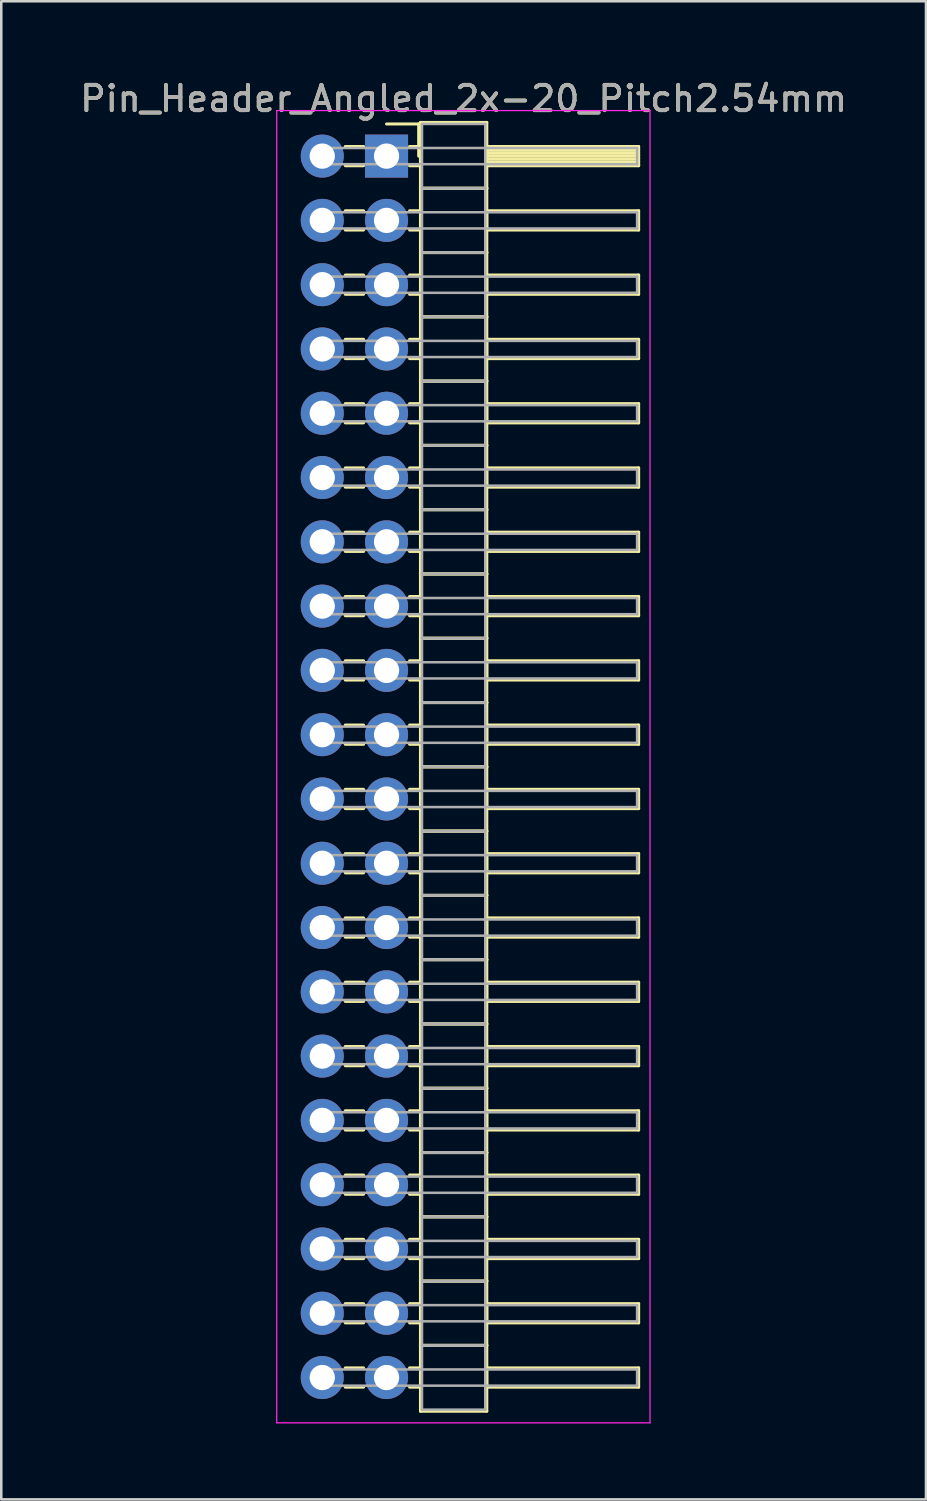
<source format=kicad_pcb>
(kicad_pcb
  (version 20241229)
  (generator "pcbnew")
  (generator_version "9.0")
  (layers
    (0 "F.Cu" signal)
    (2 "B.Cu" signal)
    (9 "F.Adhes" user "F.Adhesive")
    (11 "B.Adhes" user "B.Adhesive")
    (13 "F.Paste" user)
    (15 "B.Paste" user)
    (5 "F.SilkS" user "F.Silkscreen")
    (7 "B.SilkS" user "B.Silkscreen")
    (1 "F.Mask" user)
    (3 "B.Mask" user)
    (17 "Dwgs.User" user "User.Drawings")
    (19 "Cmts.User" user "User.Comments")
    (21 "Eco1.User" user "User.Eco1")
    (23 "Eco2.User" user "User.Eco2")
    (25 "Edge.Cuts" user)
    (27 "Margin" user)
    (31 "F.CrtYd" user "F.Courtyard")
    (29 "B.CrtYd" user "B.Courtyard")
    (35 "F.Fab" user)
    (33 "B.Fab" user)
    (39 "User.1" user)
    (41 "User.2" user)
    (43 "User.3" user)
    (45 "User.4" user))
  (footprint "Pin_Header_Angled_2x-20_Pitch2.54mm"
    (layer "F.Cu")
    (at 9.683 3.118)
    (property "Reference" "Pin_Header_Angled_2x-20_Pitch2.54mm" (at 5.585 -2.27 0) (layer "F.SilkS") (effects (font (size 1 1) (thickness 0.15))))
    (attr through_hole)
    (fp_line (start 1.63 -0.38) (end 0.91 -0.38) (stroke (width 0.12) (type solid)) (layer "F.SilkS"))
    (fp_line (start 1.63 0.38) (end 0.91 0.38) (stroke (width 0.12) (type solid)) (layer "F.SilkS"))
    (fp_line (start 1.63 2.16) (end 0.91 2.16) (stroke (width 0.12) (type solid)) (layer "F.SilkS"))
    (fp_line (start 1.63 2.92) (end 0.91 2.92) (stroke (width 0.12) (type solid)) (layer "F.SilkS"))
    (fp_line (start 1.63 4.7) (end 0.91 4.7) (stroke (width 0.12) (type solid)) (layer "F.SilkS"))
    (fp_line (start 1.63 5.46) (end 0.91 5.46) (stroke (width 0.12) (type solid)) (layer "F.SilkS"))
    (fp_line (start 1.63 7.24) (end 0.91 7.24) (stroke (width 0.12) (type solid)) (layer "F.SilkS"))
    (fp_line (start 1.63 8) (end 0.91 8) (stroke (width 0.12) (type solid)) (layer "F.SilkS"))
    (fp_line (start 1.63 9.78) (end 0.91 9.78) (stroke (width 0.12) (type solid)) (layer "F.SilkS"))
    (fp_line (start 1.63 10.54) (end 0.91 10.54) (stroke (width 0.12) (type solid)) (layer "F.SilkS"))
    (fp_line (start 1.63 12.32) (end 0.91 12.32) (stroke (width 0.12) (type solid)) (layer "F.SilkS"))
    (fp_line (start 1.63 13.08) (end 0.91 13.08) (stroke (width 0.12) (type solid)) (layer "F.SilkS"))
    (fp_line (start 1.63 14.86) (end 0.91 14.86) (stroke (width 0.12) (type solid)) (layer "F.SilkS"))
    (fp_line (start 1.63 15.62) (end 0.91 15.62) (stroke (width 0.12) (type solid)) (layer "F.SilkS"))
    (fp_line (start 1.63 17.4) (end 0.91 17.4) (stroke (width 0.12) (type solid)) (layer "F.SilkS"))
    (fp_line (start 1.63 18.16) (end 0.91 18.16) (stroke (width 0.12) (type solid)) (layer "F.SilkS"))
    (fp_line (start 1.63 19.94) (end 0.91 19.94) (stroke (width 0.12) (type solid)) (layer "F.SilkS"))
    (fp_line (start 1.63 20.7) (end 0.91 20.7) (stroke (width 0.12) (type solid)) (layer "F.SilkS"))
    (fp_line (start 1.63 22.48) (end 0.91 22.48) (stroke (width 0.12) (type solid)) (layer "F.SilkS"))
    (fp_line (start 1.63 23.24) (end 0.91 23.24) (stroke (width 0.12) (type solid)) (layer "F.SilkS"))
    (fp_line (start 1.63 25.02) (end 0.91 25.02) (stroke (width 0.12) (type solid)) (layer "F.SilkS"))
    (fp_line (start 1.63 25.78) (end 0.91 25.78) (stroke (width 0.12) (type solid)) (layer "F.SilkS"))
    (fp_line (start 1.63 27.56) (end 0.91 27.56) (stroke (width 0.12) (type solid)) (layer "F.SilkS"))
    (fp_line (start 1.63 28.32) (end 0.91 28.32) (stroke (width 0.12) (type solid)) (layer "F.SilkS"))
    (fp_line (start 1.63 30.1) (end 0.91 30.1) (stroke (width 0.12) (type solid)) (layer "F.SilkS"))
    (fp_line (start 1.63 30.86) (end 0.91 30.86) (stroke (width 0.12) (type solid)) (layer "F.SilkS"))
    (fp_line (start 1.63 32.64) (end 0.91 32.64) (stroke (width 0.12) (type solid)) (layer "F.SilkS"))
    (fp_line (start 1.63 33.4) (end 0.91 33.4) (stroke (width 0.12) (type solid)) (layer "F.SilkS"))
    (fp_line (start 1.63 35.18) (end 0.91 35.18) (stroke (width 0.12) (type solid)) (layer "F.SilkS"))
    (fp_line (start 1.63 35.94) (end 0.91 35.94) (stroke (width 0.12) (type solid)) (layer "F.SilkS"))
    (fp_line (start 1.63 37.72) (end 0.91 37.72) (stroke (width 0.12) (type solid)) (layer "F.SilkS"))
    (fp_line (start 1.63 38.48) (end 0.91 38.48) (stroke (width 0.12) (type solid)) (layer "F.SilkS"))
    (fp_line (start 1.63 40.26) (end 0.91 40.26) (stroke (width 0.12) (type solid)) (layer "F.SilkS"))
    (fp_line (start 1.63 41.02) (end 0.91 41.02) (stroke (width 0.12) (type solid)) (layer "F.SilkS"))
    (fp_line (start 1.63 42.8) (end 0.91 42.8) (stroke (width 0.12) (type solid)) (layer "F.SilkS"))
    (fp_line (start 1.63 43.56) (end 0.91 43.56) (stroke (width 0.12) (type solid)) (layer "F.SilkS"))
    (fp_line (start 1.63 45.34) (end 0.91 45.34) (stroke (width 0.12) (type solid)) (layer "F.SilkS"))
    (fp_line (start 1.63 46.1) (end 0.91 46.1) (stroke (width 0.12) (type solid)) (layer "F.SilkS"))
    (fp_line (start 1.63 47.88) (end 0.91 47.88) (stroke (width 0.12) (type solid)) (layer "F.SilkS"))
    (fp_line (start 1.63 48.64) (end 0.91 48.64) (stroke (width 0.12) (type solid)) (layer "F.SilkS"))
    (fp_line (start 3.45 -0.38) (end 3.88 -0.38) (stroke (width 0.12) (type solid)) (layer "F.SilkS"))
    (fp_line (start 3.45 0.38) (end 3.88 0.38) (stroke (width 0.12) (type solid)) (layer "F.SilkS"))
    (fp_line (start 3.45 2.16) (end 3.88 2.16) (stroke (width 0.12) (type solid)) (layer "F.SilkS"))
    (fp_line (start 3.45 2.92) (end 3.88 2.92) (stroke (width 0.12) (type solid)) (layer "F.SilkS"))
    (fp_line (start 3.45 4.7) (end 3.88 4.7) (stroke (width 0.12) (type solid)) (layer "F.SilkS"))
    (fp_line (start 3.45 5.46) (end 3.88 5.46) (stroke (width 0.12) (type solid)) (layer "F.SilkS"))
    (fp_line (start 3.45 7.24) (end 3.88 7.24) (stroke (width 0.12) (type solid)) (layer "F.SilkS"))
    (fp_line (start 3.45 8) (end 3.88 8) (stroke (width 0.12) (type solid)) (layer "F.SilkS"))
    (fp_line (start 3.45 9.78) (end 3.88 9.78) (stroke (width 0.12) (type solid)) (layer "F.SilkS"))
    (fp_line (start 3.45 10.54) (end 3.88 10.54) (stroke (width 0.12) (type solid)) (layer "F.SilkS"))
    (fp_line (start 3.45 12.32) (end 3.88 12.32) (stroke (width 0.12) (type solid)) (layer "F.SilkS"))
    (fp_line (start 3.45 13.08) (end 3.88 13.08) (stroke (width 0.12) (type solid)) (layer "F.SilkS"))
    (fp_line (start 3.45 14.86) (end 3.88 14.86) (stroke (width 0.12) (type solid)) (layer "F.SilkS"))
    (fp_line (start 3.45 15.62) (end 3.88 15.62) (stroke (width 0.12) (type solid)) (layer "F.SilkS"))
    (fp_line (start 3.45 17.4) (end 3.88 17.4) (stroke (width 0.12) (type solid)) (layer "F.SilkS"))
    (fp_line (start 3.45 18.16) (end 3.88 18.16) (stroke (width 0.12) (type solid)) (layer "F.SilkS"))
    (fp_line (start 3.45 19.94) (end 3.88 19.94) (stroke (width 0.12) (type solid)) (layer "F.SilkS"))
    (fp_line (start 3.45 20.7) (end 3.88 20.7) (stroke (width 0.12) (type solid)) (layer "F.SilkS"))
    (fp_line (start 3.45 22.48) (end 3.88 22.48) (stroke (width 0.12) (type solid)) (layer "F.SilkS"))
    (fp_line (start 3.45 23.24) (end 3.88 23.24) (stroke (width 0.12) (type solid)) (layer "F.SilkS"))
    (fp_line (start 3.45 25.02) (end 3.88 25.02) (stroke (width 0.12) (type solid)) (layer "F.SilkS"))
    (fp_line (start 3.45 25.78) (end 3.88 25.78) (stroke (width 0.12) (type solid)) (layer "F.SilkS"))
    (fp_line (start 3.45 27.56) (end 3.88 27.56) (stroke (width 0.12) (type solid)) (layer "F.SilkS"))
    (fp_line (start 3.45 28.32) (end 3.88 28.32) (stroke (width 0.12) (type solid)) (layer "F.SilkS"))
    (fp_line (start 3.45 30.1) (end 3.88 30.1) (stroke (width 0.12) (type solid)) (layer "F.SilkS"))
    (fp_line (start 3.45 30.86) (end 3.88 30.86) (stroke (width 0.12) (type solid)) (layer "F.SilkS"))
    (fp_line (start 3.45 32.64) (end 3.88 32.64) (stroke (width 0.12) (type solid)) (layer "F.SilkS"))
    (fp_line (start 3.45 33.4) (end 3.88 33.4) (stroke (width 0.12) (type solid)) (layer "F.SilkS"))
    (fp_line (start 3.45 35.18) (end 3.88 35.18) (stroke (width 0.12) (type solid)) (layer "F.SilkS"))
    (fp_line (start 3.45 35.94) (end 3.88 35.94) (stroke (width 0.12) (type solid)) (layer "F.SilkS"))
    (fp_line (start 3.45 37.72) (end 3.88 37.72) (stroke (width 0.12) (type solid)) (layer "F.SilkS"))
    (fp_line (start 3.45 38.48) (end 3.88 38.48) (stroke (width 0.12) (type solid)) (layer "F.SilkS"))
    (fp_line (start 3.45 40.26) (end 3.88 40.26) (stroke (width 0.12) (type solid)) (layer "F.SilkS"))
    (fp_line (start 3.45 41.02) (end 3.88 41.02) (stroke (width 0.12) (type solid)) (layer "F.SilkS"))
    (fp_line (start 3.45 42.8) (end 3.88 42.8) (stroke (width 0.12) (type solid)) (layer "F.SilkS"))
    (fp_line (start 3.45 43.56) (end 3.88 43.56) (stroke (width 0.12) (type solid)) (layer "F.SilkS"))
    (fp_line (start 3.45 45.34) (end 3.88 45.34) (stroke (width 0.12) (type solid)) (layer "F.SilkS"))
    (fp_line (start 3.45 46.1) (end 3.88 46.1) (stroke (width 0.12) (type solid)) (layer "F.SilkS"))
    (fp_line (start 3.45 47.88) (end 3.88 47.88) (stroke (width 0.12) (type solid)) (layer "F.SilkS"))
    (fp_line (start 3.45 48.64) (end 3.88 48.64) (stroke (width 0.12) (type solid)) (layer "F.SilkS"))
    (fp_line (start 3.81 -1.27) (end 2.54 -1.27) (stroke (width 0.12) (type solid)) (layer "F.SilkS"))
    (fp_line (start 3.81 0) (end 3.81 -1.27) (stroke (width 0.12) (type solid)) (layer "F.SilkS"))
    (fp_line (start 3.88 -1.33) (end 3.88 1.27) (stroke (width 0.12) (type solid)) (layer "F.SilkS"))
    (fp_line (start 3.88 1.27) (end 3.88 3.81) (stroke (width 0.12) (type solid)) (layer "F.SilkS"))
    (fp_line (start 3.88 1.27) (end 6.5 1.27) (stroke (width 0.12) (type solid)) (layer "F.SilkS"))
    (fp_line (start 3.88 3.81) (end 3.88 6.35) (stroke (width 0.12) (type solid)) (layer "F.SilkS"))
    (fp_line (start 3.88 3.81) (end 6.5 3.81) (stroke (width 0.12) (type solid)) (layer "F.SilkS"))
    (fp_line (start 3.88 6.35) (end 3.88 8.89) (stroke (width 0.12) (type solid)) (layer "F.SilkS"))
    (fp_line (start 3.88 6.35) (end 6.5 6.35) (stroke (width 0.12) (type solid)) (layer "F.SilkS"))
    (fp_line (start 3.88 8.89) (end 3.88 11.43) (stroke (width 0.12) (type solid)) (layer "F.SilkS"))
    (fp_line (start 3.88 8.89) (end 6.5 8.89) (stroke (width 0.12) (type solid)) (layer "F.SilkS"))
    (fp_line (start 3.88 11.43) (end 3.88 13.97) (stroke (width 0.12) (type solid)) (layer "F.SilkS"))
    (fp_line (start 3.88 11.43) (end 6.5 11.43) (stroke (width 0.12) (type solid)) (layer "F.SilkS"))
    (fp_line (start 3.88 13.97) (end 3.88 16.51) (stroke (width 0.12) (type solid)) (layer "F.SilkS"))
    (fp_line (start 3.88 13.97) (end 6.5 13.97) (stroke (width 0.12) (type solid)) (layer "F.SilkS"))
    (fp_line (start 3.88 16.51) (end 3.88 19.05) (stroke (width 0.12) (type solid)) (layer "F.SilkS"))
    (fp_line (start 3.88 16.51) (end 6.5 16.51) (stroke (width 0.12) (type solid)) (layer "F.SilkS"))
    (fp_line (start 3.88 19.05) (end 3.88 21.59) (stroke (width 0.12) (type solid)) (layer "F.SilkS"))
    (fp_line (start 3.88 19.05) (end 6.5 19.05) (stroke (width 0.12) (type solid)) (layer "F.SilkS"))
    (fp_line (start 3.88 21.59) (end 3.88 24.13) (stroke (width 0.12) (type solid)) (layer "F.SilkS"))
    (fp_line (start 3.88 21.59) (end 6.5 21.59) (stroke (width 0.12) (type solid)) (layer "F.SilkS"))
    (fp_line (start 3.88 24.13) (end 3.88 26.67) (stroke (width 0.12) (type solid)) (layer "F.SilkS"))
    (fp_line (start 3.88 24.13) (end 6.5 24.13) (stroke (width 0.12) (type solid)) (layer "F.SilkS"))
    (fp_line (start 3.88 26.67) (end 3.88 29.21) (stroke (width 0.12) (type solid)) (layer "F.SilkS"))
    (fp_line (start 3.88 26.67) (end 6.5 26.67) (stroke (width 0.12) (type solid)) (layer "F.SilkS"))
    (fp_line (start 3.88 29.21) (end 3.88 31.75) (stroke (width 0.12) (type solid)) (layer "F.SilkS"))
    (fp_line (start 3.88 29.21) (end 6.5 29.21) (stroke (width 0.12) (type solid)) (layer "F.SilkS"))
    (fp_line (start 3.88 31.75) (end 3.88 34.29) (stroke (width 0.12) (type solid)) (layer "F.SilkS"))
    (fp_line (start 3.88 31.75) (end 6.5 31.75) (stroke (width 0.12) (type solid)) (layer "F.SilkS"))
    (fp_line (start 3.88 34.29) (end 3.88 36.83) (stroke (width 0.12) (type solid)) (layer "F.SilkS"))
    (fp_line (start 3.88 34.29) (end 6.5 34.29) (stroke (width 0.12) (type solid)) (layer "F.SilkS"))
    (fp_line (start 3.88 36.83) (end 3.88 39.37) (stroke (width 0.12) (type solid)) (layer "F.SilkS"))
    (fp_line (start 3.88 36.83) (end 6.5 36.83) (stroke (width 0.12) (type solid)) (layer "F.SilkS"))
    (fp_line (start 3.88 39.37) (end 3.88 41.91) (stroke (width 0.12) (type solid)) (layer "F.SilkS"))
    (fp_line (start 3.88 39.37) (end 6.5 39.37) (stroke (width 0.12) (type solid)) (layer "F.SilkS"))
    (fp_line (start 3.88 41.91) (end 3.88 44.45) (stroke (width 0.12) (type solid)) (layer "F.SilkS"))
    (fp_line (start 3.88 41.91) (end 6.5 41.91) (stroke (width 0.12) (type solid)) (layer "F.SilkS"))
    (fp_line (start 3.88 44.45) (end 3.88 46.99) (stroke (width 0.12) (type solid)) (layer "F.SilkS"))
    (fp_line (start 3.88 44.45) (end 6.5 44.45) (stroke (width 0.12) (type solid)) (layer "F.SilkS"))
    (fp_line (start 3.88 46.99) (end 3.88 49.59) (stroke (width 0.12) (type solid)) (layer "F.SilkS"))
    (fp_line (start 3.88 46.99) (end 6.5 46.99) (stroke (width 0.12) (type solid)) (layer "F.SilkS"))
    (fp_line (start 3.88 49.59) (end 6.5 49.59) (stroke (width 0.12) (type solid)) (layer "F.SilkS"))
    (fp_line (start 6.5 -1.33) (end 3.88 -1.33) (stroke (width 0.12) (type solid)) (layer "F.SilkS"))
    (fp_line (start 6.5 -0.38) (end 6.5 0.38) (stroke (width 0.12) (type solid)) (layer "F.SilkS"))
    (fp_line (start 6.5 -0.26) (end 12.5 -0.26) (stroke (width 0.12) (type solid)) (layer "F.SilkS"))
    (fp_line (start 6.5 -0.14) (end 12.5 -0.14) (stroke (width 0.12) (type solid)) (layer "F.SilkS"))
    (fp_line (start 6.5 -0.02) (end 12.5 -0.02) (stroke (width 0.12) (type solid)) (layer "F.SilkS"))
    (fp_line (start 6.5 0.1) (end 12.5 0.1) (stroke (width 0.12) (type solid)) (layer "F.SilkS"))
    (fp_line (start 6.5 0.22) (end 12.5 0.22) (stroke (width 0.12) (type solid)) (layer "F.SilkS"))
    (fp_line (start 6.5 0.34) (end 12.5 0.34) (stroke (width 0.12) (type solid)) (layer "F.SilkS"))
    (fp_line (start 6.5 0.38) (end 12.5 0.38) (stroke (width 0.12) (type solid)) (layer "F.SilkS"))
    (fp_line (start 6.5 1.27) (end 3.88 1.27) (stroke (width 0.12) (type solid)) (layer "F.SilkS"))
    (fp_line (start 6.5 1.27) (end 6.5 -1.33) (stroke (width 0.12) (type solid)) (layer "F.SilkS"))
    (fp_line (start 6.5 2.16) (end 6.5 2.92) (stroke (width 0.12) (type solid)) (layer "F.SilkS"))
    (fp_line (start 6.5 2.92) (end 12.5 2.92) (stroke (width 0.12) (type solid)) (layer "F.SilkS"))
    (fp_line (start 6.5 3.81) (end 3.88 3.81) (stroke (width 0.12) (type solid)) (layer "F.SilkS"))
    (fp_line (start 6.5 3.81) (end 6.5 1.27) (stroke (width 0.12) (type solid)) (layer "F.SilkS"))
    (fp_line (start 6.5 4.7) (end 6.5 5.46) (stroke (width 0.12) (type solid)) (layer "F.SilkS"))
    (fp_line (start 6.5 5.46) (end 12.5 5.46) (stroke (width 0.12) (type solid)) (layer "F.SilkS"))
    (fp_line (start 6.5 6.35) (end 3.88 6.35) (stroke (width 0.12) (type solid)) (layer "F.SilkS"))
    (fp_line (start 6.5 6.35) (end 6.5 3.81) (stroke (width 0.12) (type solid)) (layer "F.SilkS"))
    (fp_line (start 6.5 7.24) (end 6.5 8) (stroke (width 0.12) (type solid)) (layer "F.SilkS"))
    (fp_line (start 6.5 8) (end 12.5 8) (stroke (width 0.12) (type solid)) (layer "F.SilkS"))
    (fp_line (start 6.5 8.89) (end 3.88 8.89) (stroke (width 0.12) (type solid)) (layer "F.SilkS"))
    (fp_line (start 6.5 8.89) (end 6.5 6.35) (stroke (width 0.12) (type solid)) (layer "F.SilkS"))
    (fp_line (start 6.5 9.78) (end 6.5 10.54) (stroke (width 0.12) (type solid)) (layer "F.SilkS"))
    (fp_line (start 6.5 10.54) (end 12.5 10.54) (stroke (width 0.12) (type solid)) (layer "F.SilkS"))
    (fp_line (start 6.5 11.43) (end 3.88 11.43) (stroke (width 0.12) (type solid)) (layer "F.SilkS"))
    (fp_line (start 6.5 11.43) (end 6.5 8.89) (stroke (width 0.12) (type solid)) (layer "F.SilkS"))
    (fp_line (start 6.5 12.32) (end 6.5 13.08) (stroke (width 0.12) (type solid)) (layer "F.SilkS"))
    (fp_line (start 6.5 13.08) (end 12.5 13.08) (stroke (width 0.12) (type solid)) (layer "F.SilkS"))
    (fp_line (start 6.5 13.97) (end 3.88 13.97) (stroke (width 0.12) (type solid)) (layer "F.SilkS"))
    (fp_line (start 6.5 13.97) (end 6.5 11.43) (stroke (width 0.12) (type solid)) (layer "F.SilkS"))
    (fp_line (start 6.5 14.86) (end 6.5 15.62) (stroke (width 0.12) (type solid)) (layer "F.SilkS"))
    (fp_line (start 6.5 15.62) (end 12.5 15.62) (stroke (width 0.12) (type solid)) (layer "F.SilkS"))
    (fp_line (start 6.5 16.51) (end 3.88 16.51) (stroke (width 0.12) (type solid)) (layer "F.SilkS"))
    (fp_line (start 6.5 16.51) (end 6.5 13.97) (stroke (width 0.12) (type solid)) (layer "F.SilkS"))
    (fp_line (start 6.5 17.4) (end 6.5 18.16) (stroke (width 0.12) (type solid)) (layer "F.SilkS"))
    (fp_line (start 6.5 18.16) (end 12.5 18.16) (stroke (width 0.12) (type solid)) (layer "F.SilkS"))
    (fp_line (start 6.5 19.05) (end 3.88 19.05) (stroke (width 0.12) (type solid)) (layer "F.SilkS"))
    (fp_line (start 6.5 19.05) (end 6.5 16.51) (stroke (width 0.12) (type solid)) (layer "F.SilkS"))
    (fp_line (start 6.5 19.94) (end 6.5 20.7) (stroke (width 0.12) (type solid)) (layer "F.SilkS"))
    (fp_line (start 6.5 20.7) (end 12.5 20.7) (stroke (width 0.12) (type solid)) (layer "F.SilkS"))
    (fp_line (start 6.5 21.59) (end 3.88 21.59) (stroke (width 0.12) (type solid)) (layer "F.SilkS"))
    (fp_line (start 6.5 21.59) (end 6.5 19.05) (stroke (width 0.12) (type solid)) (layer "F.SilkS"))
    (fp_line (start 6.5 22.48) (end 6.5 23.24) (stroke (width 0.12) (type solid)) (layer "F.SilkS"))
    (fp_line (start 6.5 23.24) (end 12.5 23.24) (stroke (width 0.12) (type solid)) (layer "F.SilkS"))
    (fp_line (start 6.5 24.13) (end 3.88 24.13) (stroke (width 0.12) (type solid)) (layer "F.SilkS"))
    (fp_line (start 6.5 24.13) (end 6.5 21.59) (stroke (width 0.12) (type solid)) (layer "F.SilkS"))
    (fp_line (start 6.5 25.02) (end 6.5 25.78) (stroke (width 0.12) (type solid)) (layer "F.SilkS"))
    (fp_line (start 6.5 25.78) (end 12.5 25.78) (stroke (width 0.12) (type solid)) (layer "F.SilkS"))
    (fp_line (start 6.5 26.67) (end 3.88 26.67) (stroke (width 0.12) (type solid)) (layer "F.SilkS"))
    (fp_line (start 6.5 26.67) (end 6.5 24.13) (stroke (width 0.12) (type solid)) (layer "F.SilkS"))
    (fp_line (start 6.5 27.56) (end 6.5 28.32) (stroke (width 0.12) (type solid)) (layer "F.SilkS"))
    (fp_line (start 6.5 28.32) (end 12.5 28.32) (stroke (width 0.12) (type solid)) (layer "F.SilkS"))
    (fp_line (start 6.5 29.21) (end 3.88 29.21) (stroke (width 0.12) (type solid)) (layer "F.SilkS"))
    (fp_line (start 6.5 29.21) (end 6.5 26.67) (stroke (width 0.12) (type solid)) (layer "F.SilkS"))
    (fp_line (start 6.5 30.1) (end 6.5 30.86) (stroke (width 0.12) (type solid)) (layer "F.SilkS"))
    (fp_line (start 6.5 30.86) (end 12.5 30.86) (stroke (width 0.12) (type solid)) (layer "F.SilkS"))
    (fp_line (start 6.5 31.75) (end 3.88 31.75) (stroke (width 0.12) (type solid)) (layer "F.SilkS"))
    (fp_line (start 6.5 31.75) (end 6.5 29.21) (stroke (width 0.12) (type solid)) (layer "F.SilkS"))
    (fp_line (start 6.5 32.64) (end 6.5 33.4) (stroke (width 0.12) (type solid)) (layer "F.SilkS"))
    (fp_line (start 6.5 33.4) (end 12.5 33.4) (stroke (width 0.12) (type solid)) (layer "F.SilkS"))
    (fp_line (start 6.5 34.29) (end 3.88 34.29) (stroke (width 0.12) (type solid)) (layer "F.SilkS"))
    (fp_line (start 6.5 34.29) (end 6.5 31.75) (stroke (width 0.12) (type solid)) (layer "F.SilkS"))
    (fp_line (start 6.5 35.18) (end 6.5 35.94) (stroke (width 0.12) (type solid)) (layer "F.SilkS"))
    (fp_line (start 6.5 35.94) (end 12.5 35.94) (stroke (width 0.12) (type solid)) (layer "F.SilkS"))
    (fp_line (start 6.5 36.83) (end 3.88 36.83) (stroke (width 0.12) (type solid)) (layer "F.SilkS"))
    (fp_line (start 6.5 36.83) (end 6.5 34.29) (stroke (width 0.12) (type solid)) (layer "F.SilkS"))
    (fp_line (start 6.5 37.72) (end 6.5 38.48) (stroke (width 0.12) (type solid)) (layer "F.SilkS"))
    (fp_line (start 6.5 38.48) (end 12.5 38.48) (stroke (width 0.12) (type solid)) (layer "F.SilkS"))
    (fp_line (start 6.5 39.37) (end 3.88 39.37) (stroke (width 0.12) (type solid)) (layer "F.SilkS"))
    (fp_line (start 6.5 39.37) (end 6.5 36.83) (stroke (width 0.12) (type solid)) (layer "F.SilkS"))
    (fp_line (start 6.5 40.26) (end 6.5 41.02) (stroke (width 0.12) (type solid)) (layer "F.SilkS"))
    (fp_line (start 6.5 41.02) (end 12.5 41.02) (stroke (width 0.12) (type solid)) (layer "F.SilkS"))
    (fp_line (start 6.5 41.91) (end 3.88 41.91) (stroke (width 0.12) (type solid)) (layer "F.SilkS"))
    (fp_line (start 6.5 41.91) (end 6.5 39.37) (stroke (width 0.12) (type solid)) (layer "F.SilkS"))
    (fp_line (start 6.5 42.8) (end 6.5 43.56) (stroke (width 0.12) (type solid)) (layer "F.SilkS"))
    (fp_line (start 6.5 43.56) (end 12.5 43.56) (stroke (width 0.12) (type solid)) (layer "F.SilkS"))
    (fp_line (start 6.5 44.45) (end 3.88 44.45) (stroke (width 0.12) (type solid)) (layer "F.SilkS"))
    (fp_line (start 6.5 44.45) (end 6.5 41.91) (stroke (width 0.12) (type solid)) (layer "F.SilkS"))
    (fp_line (start 6.5 45.34) (end 6.5 46.1) (stroke (width 0.12) (type solid)) (layer "F.SilkS"))
    (fp_line (start 6.5 46.1) (end 12.5 46.1) (stroke (width 0.12) (type solid)) (layer "F.SilkS"))
    (fp_line (start 6.5 46.99) (end 3.88 46.99) (stroke (width 0.12) (type solid)) (layer "F.SilkS"))
    (fp_line (start 6.5 46.99) (end 6.5 44.45) (stroke (width 0.12) (type solid)) (layer "F.SilkS"))
    (fp_line (start 6.5 47.88) (end 6.5 48.64) (stroke (width 0.12) (type solid)) (layer "F.SilkS"))
    (fp_line (start 6.5 48.64) (end 12.5 48.64) (stroke (width 0.12) (type solid)) (layer "F.SilkS"))
    (fp_line (start 6.5 49.59) (end 6.5 46.99) (stroke (width 0.12) (type solid)) (layer "F.SilkS"))
    (fp_line (start 12.5 -0.38) (end 6.5 -0.38) (stroke (width 0.12) (type solid)) (layer "F.SilkS"))
    (fp_line (start 12.5 0.38) (end 12.5 -0.38) (stroke (width 0.12) (type solid)) (layer "F.SilkS"))
    (fp_line (start 12.5 2.16) (end 6.5 2.16) (stroke (width 0.12) (type solid)) (layer "F.SilkS"))
    (fp_line (start 12.5 2.92) (end 12.5 2.16) (stroke (width 0.12) (type solid)) (layer "F.SilkS"))
    (fp_line (start 12.5 4.7) (end 6.5 4.7) (stroke (width 0.12) (type solid)) (layer "F.SilkS"))
    (fp_line (start 12.5 5.46) (end 12.5 4.7) (stroke (width 0.12) (type solid)) (layer "F.SilkS"))
    (fp_line (start 12.5 7.24) (end 6.5 7.24) (stroke (width 0.12) (type solid)) (layer "F.SilkS"))
    (fp_line (start 12.5 8) (end 12.5 7.24) (stroke (width 0.12) (type solid)) (layer "F.SilkS"))
    (fp_line (start 12.5 9.78) (end 6.5 9.78) (stroke (width 0.12) (type solid)) (layer "F.SilkS"))
    (fp_line (start 12.5 10.54) (end 12.5 9.78) (stroke (width 0.12) (type solid)) (layer "F.SilkS"))
    (fp_line (start 12.5 12.32) (end 6.5 12.32) (stroke (width 0.12) (type solid)) (layer "F.SilkS"))
    (fp_line (start 12.5 13.08) (end 12.5 12.32) (stroke (width 0.12) (type solid)) (layer "F.SilkS"))
    (fp_line (start 12.5 14.86) (end 6.5 14.86) (stroke (width 0.12) (type solid)) (layer "F.SilkS"))
    (fp_line (start 12.5 15.62) (end 12.5 14.86) (stroke (width 0.12) (type solid)) (layer "F.SilkS"))
    (fp_line (start 12.5 17.4) (end 6.5 17.4) (stroke (width 0.12) (type solid)) (layer "F.SilkS"))
    (fp_line (start 12.5 18.16) (end 12.5 17.4) (stroke (width 0.12) (type solid)) (layer "F.SilkS"))
    (fp_line (start 12.5 19.94) (end 6.5 19.94) (stroke (width 0.12) (type solid)) (layer "F.SilkS"))
    (fp_line (start 12.5 20.7) (end 12.5 19.94) (stroke (width 0.12) (type solid)) (layer "F.SilkS"))
    (fp_line (start 12.5 22.48) (end 6.5 22.48) (stroke (width 0.12) (type solid)) (layer "F.SilkS"))
    (fp_line (start 12.5 23.24) (end 12.5 22.48) (stroke (width 0.12) (type solid)) (layer "F.SilkS"))
    (fp_line (start 12.5 25.02) (end 6.5 25.02) (stroke (width 0.12) (type solid)) (layer "F.SilkS"))
    (fp_line (start 12.5 25.78) (end 12.5 25.02) (stroke (width 0.12) (type solid)) (layer "F.SilkS"))
    (fp_line (start 12.5 27.56) (end 6.5 27.56) (stroke (width 0.12) (type solid)) (layer "F.SilkS"))
    (fp_line (start 12.5 28.32) (end 12.5 27.56) (stroke (width 0.12) (type solid)) (layer "F.SilkS"))
    (fp_line (start 12.5 30.1) (end 6.5 30.1) (stroke (width 0.12) (type solid)) (layer "F.SilkS"))
    (fp_line (start 12.5 30.86) (end 12.5 30.1) (stroke (width 0.12) (type solid)) (layer "F.SilkS"))
    (fp_line (start 12.5 32.64) (end 6.5 32.64) (stroke (width 0.12) (type solid)) (layer "F.SilkS"))
    (fp_line (start 12.5 33.4) (end 12.5 32.64) (stroke (width 0.12) (type solid)) (layer "F.SilkS"))
    (fp_line (start 12.5 35.18) (end 6.5 35.18) (stroke (width 0.12) (type solid)) (layer "F.SilkS"))
    (fp_line (start 12.5 35.94) (end 12.5 35.18) (stroke (width 0.12) (type solid)) (layer "F.SilkS"))
    (fp_line (start 12.5 37.72) (end 6.5 37.72) (stroke (width 0.12) (type solid)) (layer "F.SilkS"))
    (fp_line (start 12.5 38.48) (end 12.5 37.72) (stroke (width 0.12) (type solid)) (layer "F.SilkS"))
    (fp_line (start 12.5 40.26) (end 6.5 40.26) (stroke (width 0.12) (type solid)) (layer "F.SilkS"))
    (fp_line (start 12.5 41.02) (end 12.5 40.26) (stroke (width 0.12) (type solid)) (layer "F.SilkS"))
    (fp_line (start 12.5 42.8) (end 6.5 42.8) (stroke (width 0.12) (type solid)) (layer "F.SilkS"))
    (fp_line (start 12.5 43.56) (end 12.5 42.8) (stroke (width 0.12) (type solid)) (layer "F.SilkS"))
    (fp_line (start 12.5 45.34) (end 6.5 45.34) (stroke (width 0.12) (type solid)) (layer "F.SilkS"))
    (fp_line (start 12.5 46.1) (end 12.5 45.34) (stroke (width 0.12) (type solid)) (layer "F.SilkS"))
    (fp_line (start 12.5 47.88) (end 6.5 47.88) (stroke (width 0.12) (type solid)) (layer "F.SilkS"))
    (fp_line (start 12.5 48.64) (end 12.5 47.88) (stroke (width 0.12) (type solid)) (layer "F.SilkS"))
    (fp_line (start -1.8 -1.8) (end -1.8 50.05) (stroke (width 0.05) (type solid)) (layer "F.CrtYd"))
    (fp_line (start -1.8 50.05) (end 12.95 50.05) (stroke (width 0.05) (type solid)) (layer "F.CrtYd"))
    (fp_line (start 12.95 -1.8) (end -1.8 -1.8) (stroke (width 0.05) (type solid)) (layer "F.CrtYd"))
    (fp_line (start 12.95 50.05) (end 12.95 -1.8) (stroke (width 0.05) (type solid)) (layer "F.CrtYd"))
    (fp_line (start 0 0.32) (end 12.44 0.32) (stroke (width 0.1) (type solid)) (layer "F.Fab"))
    (fp_line (start 0 2.86) (end 12.44 2.86) (stroke (width 0.1) (type solid)) (layer "F.Fab"))
    (fp_line (start 0 5.4) (end 12.44 5.4) (stroke (width 0.1) (type solid)) (layer "F.Fab"))
    (fp_line (start 0 7.94) (end 12.44 7.94) (stroke (width 0.1) (type solid)) (layer "F.Fab"))
    (fp_line (start 0 10.48) (end 12.44 10.48) (stroke (width 0.1) (type solid)) (layer "F.Fab"))
    (fp_line (start 0 13.02) (end 12.44 13.02) (stroke (width 0.1) (type solid)) (layer "F.Fab"))
    (fp_line (start 0 15.56) (end 12.44 15.56) (stroke (width 0.1) (type solid)) (layer "F.Fab"))
    (fp_line (start 0 18.1) (end 12.44 18.1) (stroke (width 0.1) (type solid)) (layer "F.Fab"))
    (fp_line (start 0 20.64) (end 12.44 20.64) (stroke (width 0.1) (type solid)) (layer "F.Fab"))
    (fp_line (start 0 23.18) (end 12.44 23.18) (stroke (width 0.1) (type solid)) (layer "F.Fab"))
    (fp_line (start 0 25.72) (end 12.44 25.72) (stroke (width 0.1) (type solid)) (layer "F.Fab"))
    (fp_line (start 0 28.26) (end 12.44 28.26) (stroke (width 0.1) (type solid)) (layer "F.Fab"))
    (fp_line (start 0 30.8) (end 12.44 30.8) (stroke (width 0.1) (type solid)) (layer "F.Fab"))
    (fp_line (start 0 33.34) (end 12.44 33.34) (stroke (width 0.1) (type solid)) (layer "F.Fab"))
    (fp_line (start 0 35.88) (end 12.44 35.88) (stroke (width 0.1) (type solid)) (layer "F.Fab"))
    (fp_line (start 0 38.42) (end 12.44 38.42) (stroke (width 0.1) (type solid)) (layer "F.Fab"))
    (fp_line (start 0 40.96) (end 12.44 40.96) (stroke (width 0.1) (type solid)) (layer "F.Fab"))
    (fp_line (start 0 43.5) (end 12.44 43.5) (stroke (width 0.1) (type solid)) (layer "F.Fab"))
    (fp_line (start 0 46.04) (end 12.44 46.04) (stroke (width 0.1) (type solid)) (layer "F.Fab"))
    (fp_line (start 0 48.58) (end 12.44 48.58) (stroke (width 0.1) (type solid)) (layer "F.Fab"))
    (fp_line (start 2.54 -0.32) (end 2.54 0.32) (stroke (width 0.1) (type solid)) (layer "F.Fab"))
    (fp_line (start 2.54 2.22) (end 2.54 2.86) (stroke (width 0.1) (type solid)) (layer "F.Fab"))
    (fp_line (start 2.54 4.76) (end 2.54 5.4) (stroke (width 0.1) (type solid)) (layer "F.Fab"))
    (fp_line (start 2.54 7.3) (end 2.54 7.94) (stroke (width 0.1) (type solid)) (layer "F.Fab"))
    (fp_line (start 2.54 9.84) (end 2.54 10.48) (stroke (width 0.1) (type solid)) (layer "F.Fab"))
    (fp_line (start 2.54 12.38) (end 2.54 13.02) (stroke (width 0.1) (type solid)) (layer "F.Fab"))
    (fp_line (start 2.54 14.92) (end 2.54 15.56) (stroke (width 0.1) (type solid)) (layer "F.Fab"))
    (fp_line (start 2.54 17.46) (end 2.54 18.1) (stroke (width 0.1) (type solid)) (layer "F.Fab"))
    (fp_line (start 2.54 20) (end 2.54 20.64) (stroke (width 0.1) (type solid)) (layer "F.Fab"))
    (fp_line (start 2.54 22.54) (end 2.54 23.18) (stroke (width 0.1) (type solid)) (layer "F.Fab"))
    (fp_line (start 2.54 25.08) (end 2.54 25.72) (stroke (width 0.1) (type solid)) (layer "F.Fab"))
    (fp_line (start 2.54 27.62) (end 2.54 28.26) (stroke (width 0.1) (type solid)) (layer "F.Fab"))
    (fp_line (start 2.54 30.16) (end 2.54 30.8) (stroke (width 0.1) (type solid)) (layer "F.Fab"))
    (fp_line (start 2.54 32.7) (end 2.54 33.34) (stroke (width 0.1) (type solid)) (layer "F.Fab"))
    (fp_line (start 2.54 35.24) (end 2.54 35.88) (stroke (width 0.1) (type solid)) (layer "F.Fab"))
    (fp_line (start 2.54 37.78) (end 2.54 38.42) (stroke (width 0.1) (type solid)) (layer "F.Fab"))
    (fp_line (start 2.54 40.32) (end 2.54 40.96) (stroke (width 0.1) (type solid)) (layer "F.Fab"))
    (fp_line (start 2.54 42.86) (end 2.54 43.5) (stroke (width 0.1) (type solid)) (layer "F.Fab"))
    (fp_line (start 2.54 45.4) (end 2.54 46.04) (stroke (width 0.1) (type solid)) (layer "F.Fab"))
    (fp_line (start 2.54 47.94) (end 2.54 48.58) (stroke (width 0.1) (type solid)) (layer "F.Fab"))
    (fp_line (start 3.94 -1.27) (end 3.94 1.27) (stroke (width 0.1) (type solid)) (layer "F.Fab"))
    (fp_line (start 3.94 1.27) (end 3.94 3.81) (stroke (width 0.1) (type solid)) (layer "F.Fab"))
    (fp_line (start 3.94 1.27) (end 6.44 1.27) (stroke (width 0.1) (type solid)) (layer "F.Fab"))
    (fp_line (start 3.94 3.81) (end 3.94 6.35) (stroke (width 0.1) (type solid)) (layer "F.Fab"))
    (fp_line (start 3.94 3.81) (end 6.44 3.81) (stroke (width 0.1) (type solid)) (layer "F.Fab"))
    (fp_line (start 3.94 6.35) (end 3.94 8.89) (stroke (width 0.1) (type solid)) (layer "F.Fab"))
    (fp_line (start 3.94 6.35) (end 6.44 6.35) (stroke (width 0.1) (type solid)) (layer "F.Fab"))
    (fp_line (start 3.94 8.89) (end 3.94 11.43) (stroke (width 0.1) (type solid)) (layer "F.Fab"))
    (fp_line (start 3.94 8.89) (end 6.44 8.89) (stroke (width 0.1) (type solid)) (layer "F.Fab"))
    (fp_line (start 3.94 11.43) (end 3.94 13.97) (stroke (width 0.1) (type solid)) (layer "F.Fab"))
    (fp_line (start 3.94 11.43) (end 6.44 11.43) (stroke (width 0.1) (type solid)) (layer "F.Fab"))
    (fp_line (start 3.94 13.97) (end 3.94 16.51) (stroke (width 0.1) (type solid)) (layer "F.Fab"))
    (fp_line (start 3.94 13.97) (end 6.44 13.97) (stroke (width 0.1) (type solid)) (layer "F.Fab"))
    (fp_line (start 3.94 16.51) (end 3.94 19.05) (stroke (width 0.1) (type solid)) (layer "F.Fab"))
    (fp_line (start 3.94 16.51) (end 6.44 16.51) (stroke (width 0.1) (type solid)) (layer "F.Fab"))
    (fp_line (start 3.94 19.05) (end 3.94 21.59) (stroke (width 0.1) (type solid)) (layer "F.Fab"))
    (fp_line (start 3.94 19.05) (end 6.44 19.05) (stroke (width 0.1) (type solid)) (layer "F.Fab"))
    (fp_line (start 3.94 21.59) (end 3.94 24.13) (stroke (width 0.1) (type solid)) (layer "F.Fab"))
    (fp_line (start 3.94 21.59) (end 6.44 21.59) (stroke (width 0.1) (type solid)) (layer "F.Fab"))
    (fp_line (start 3.94 24.13) (end 3.94 26.67) (stroke (width 0.1) (type solid)) (layer "F.Fab"))
    (fp_line (start 3.94 24.13) (end 6.44 24.13) (stroke (width 0.1) (type solid)) (layer "F.Fab"))
    (fp_line (start 3.94 26.67) (end 3.94 29.21) (stroke (width 0.1) (type solid)) (layer "F.Fab"))
    (fp_line (start 3.94 26.67) (end 6.44 26.67) (stroke (width 0.1) (type solid)) (layer "F.Fab"))
    (fp_line (start 3.94 29.21) (end 3.94 31.75) (stroke (width 0.1) (type solid)) (layer "F.Fab"))
    (fp_line (start 3.94 29.21) (end 6.44 29.21) (stroke (width 0.1) (type solid)) (layer "F.Fab"))
    (fp_line (start 3.94 31.75) (end 3.94 34.29) (stroke (width 0.1) (type solid)) (layer "F.Fab"))
    (fp_line (start 3.94 31.75) (end 6.44 31.75) (stroke (width 0.1) (type solid)) (layer "F.Fab"))
    (fp_line (start 3.94 34.29) (end 3.94 36.83) (stroke (width 0.1) (type solid)) (layer "F.Fab"))
    (fp_line (start 3.94 34.29) (end 6.44 34.29) (stroke (width 0.1) (type solid)) (layer "F.Fab"))
    (fp_line (start 3.94 36.83) (end 3.94 39.37) (stroke (width 0.1) (type solid)) (layer "F.Fab"))
    (fp_line (start 3.94 36.83) (end 6.44 36.83) (stroke (width 0.1) (type solid)) (layer "F.Fab"))
    (fp_line (start 3.94 39.37) (end 3.94 41.91) (stroke (width 0.1) (type solid)) (layer "F.Fab"))
    (fp_line (start 3.94 39.37) (end 6.44 39.37) (stroke (width 0.1) (type solid)) (layer "F.Fab"))
    (fp_line (start 3.94 41.91) (end 3.94 44.45) (stroke (width 0.1) (type solid)) (layer "F.Fab"))
    (fp_line (start 3.94 41.91) (end 6.44 41.91) (stroke (width 0.1) (type solid)) (layer "F.Fab"))
    (fp_line (start 3.94 44.45) (end 3.94 46.99) (stroke (width 0.1) (type solid)) (layer "F.Fab"))
    (fp_line (start 3.94 44.45) (end 6.44 44.45) (stroke (width 0.1) (type solid)) (layer "F.Fab"))
    (fp_line (start 3.94 46.99) (end 3.94 49.53) (stroke (width 0.1) (type solid)) (layer "F.Fab"))
    (fp_line (start 3.94 46.99) (end 6.44 46.99) (stroke (width 0.1) (type solid)) (layer "F.Fab"))
    (fp_line (start 3.94 49.53) (end 6.44 49.53) (stroke (width 0.1) (type solid)) (layer "F.Fab"))
    (fp_line (start 6.44 -1.27) (end 3.94 -1.27) (stroke (width 0.1) (type solid)) (layer "F.Fab"))
    (fp_line (start 6.44 1.27) (end 3.94 1.27) (stroke (width 0.1) (type solid)) (layer "F.Fab"))
    (fp_line (start 6.44 1.27) (end 6.44 -1.27) (stroke (width 0.1) (type solid)) (layer "F.Fab"))
    (fp_line (start 6.44 3.81) (end 3.94 3.81) (stroke (width 0.1) (type solid)) (layer "F.Fab"))
    (fp_line (start 6.44 3.81) (end 6.44 1.27) (stroke (width 0.1) (type solid)) (layer "F.Fab"))
    (fp_line (start 6.44 6.35) (end 3.94 6.35) (stroke (width 0.1) (type solid)) (layer "F.Fab"))
    (fp_line (start 6.44 6.35) (end 6.44 3.81) (stroke (width 0.1) (type solid)) (layer "F.Fab"))
    (fp_line (start 6.44 8.89) (end 3.94 8.89) (stroke (width 0.1) (type solid)) (layer "F.Fab"))
    (fp_line (start 6.44 8.89) (end 6.44 6.35) (stroke (width 0.1) (type solid)) (layer "F.Fab"))
    (fp_line (start 6.44 11.43) (end 3.94 11.43) (stroke (width 0.1) (type solid)) (layer "F.Fab"))
    (fp_line (start 6.44 11.43) (end 6.44 8.89) (stroke (width 0.1) (type solid)) (layer "F.Fab"))
    (fp_line (start 6.44 13.97) (end 3.94 13.97) (stroke (width 0.1) (type solid)) (layer "F.Fab"))
    (fp_line (start 6.44 13.97) (end 6.44 11.43) (stroke (width 0.1) (type solid)) (layer "F.Fab"))
    (fp_line (start 6.44 16.51) (end 3.94 16.51) (stroke (width 0.1) (type solid)) (layer "F.Fab"))
    (fp_line (start 6.44 16.51) (end 6.44 13.97) (stroke (width 0.1) (type solid)) (layer "F.Fab"))
    (fp_line (start 6.44 19.05) (end 3.94 19.05) (stroke (width 0.1) (type solid)) (layer "F.Fab"))
    (fp_line (start 6.44 19.05) (end 6.44 16.51) (stroke (width 0.1) (type solid)) (layer "F.Fab"))
    (fp_line (start 6.44 21.59) (end 3.94 21.59) (stroke (width 0.1) (type solid)) (layer "F.Fab"))
    (fp_line (start 6.44 21.59) (end 6.44 19.05) (stroke (width 0.1) (type solid)) (layer "F.Fab"))
    (fp_line (start 6.44 24.13) (end 3.94 24.13) (stroke (width 0.1) (type solid)) (layer "F.Fab"))
    (fp_line (start 6.44 24.13) (end 6.44 21.59) (stroke (width 0.1) (type solid)) (layer "F.Fab"))
    (fp_line (start 6.44 26.67) (end 3.94 26.67) (stroke (width 0.1) (type solid)) (layer "F.Fab"))
    (fp_line (start 6.44 26.67) (end 6.44 24.13) (stroke (width 0.1) (type solid)) (layer "F.Fab"))
    (fp_line (start 6.44 29.21) (end 3.94 29.21) (stroke (width 0.1) (type solid)) (layer "F.Fab"))
    (fp_line (start 6.44 29.21) (end 6.44 26.67) (stroke (width 0.1) (type solid)) (layer "F.Fab"))
    (fp_line (start 6.44 31.75) (end 3.94 31.75) (stroke (width 0.1) (type solid)) (layer "F.Fab"))
    (fp_line (start 6.44 31.75) (end 6.44 29.21) (stroke (width 0.1) (type solid)) (layer "F.Fab"))
    (fp_line (start 6.44 34.29) (end 3.94 34.29) (stroke (width 0.1) (type solid)) (layer "F.Fab"))
    (fp_line (start 6.44 34.29) (end 6.44 31.75) (stroke (width 0.1) (type solid)) (layer "F.Fab"))
    (fp_line (start 6.44 36.83) (end 3.94 36.83) (stroke (width 0.1) (type solid)) (layer "F.Fab"))
    (fp_line (start 6.44 36.83) (end 6.44 34.29) (stroke (width 0.1) (type solid)) (layer "F.Fab"))
    (fp_line (start 6.44 39.37) (end 3.94 39.37) (stroke (width 0.1) (type solid)) (layer "F.Fab"))
    (fp_line (start 6.44 39.37) (end 6.44 36.83) (stroke (width 0.1) (type solid)) (layer "F.Fab"))
    (fp_line (start 6.44 41.91) (end 3.94 41.91) (stroke (width 0.1) (type solid)) (layer "F.Fab"))
    (fp_line (start 6.44 41.91) (end 6.44 39.37) (stroke (width 0.1) (type solid)) (layer "F.Fab"))
    (fp_line (start 6.44 44.45) (end 3.94 44.45) (stroke (width 0.1) (type solid)) (layer "F.Fab"))
    (fp_line (start 6.44 44.45) (end 6.44 41.91) (stroke (width 0.1) (type solid)) (layer "F.Fab"))
    (fp_line (start 6.44 46.99) (end 3.94 46.99) (stroke (width 0.1) (type solid)) (layer "F.Fab"))
    (fp_line (start 6.44 46.99) (end 6.44 44.45) (stroke (width 0.1) (type solid)) (layer "F.Fab"))
    (fp_line (start 6.44 49.53) (end 6.44 46.99) (stroke (width 0.1) (type solid)) (layer "F.Fab"))
    (fp_line (start 12.44 -0.32) (end 0 -0.32) (stroke (width 0.1) (type solid)) (layer "F.Fab"))
    (fp_line (start 12.44 0.32) (end 12.44 -0.32) (stroke (width 0.1) (type solid)) (layer "F.Fab"))
    (fp_line (start 12.44 2.22) (end 0 2.22) (stroke (width 0.1) (type solid)) (layer "F.Fab"))
    (fp_line (start 12.44 2.86) (end 12.44 2.22) (stroke (width 0.1) (type solid)) (layer "F.Fab"))
    (fp_line (start 12.44 4.76) (end 0 4.76) (stroke (width 0.1) (type solid)) (layer "F.Fab"))
    (fp_line (start 12.44 5.4) (end 12.44 4.76) (stroke (width 0.1) (type solid)) (layer "F.Fab"))
    (fp_line (start 12.44 7.3) (end 0 7.3) (stroke (width 0.1) (type solid)) (layer "F.Fab"))
    (fp_line (start 12.44 7.94) (end 12.44 7.3) (stroke (width 0.1) (type solid)) (layer "F.Fab"))
    (fp_line (start 12.44 9.84) (end 0 9.84) (stroke (width 0.1) (type solid)) (layer "F.Fab"))
    (fp_line (start 12.44 10.48) (end 12.44 9.84) (stroke (width 0.1) (type solid)) (layer "F.Fab"))
    (fp_line (start 12.44 12.38) (end 0 12.38) (stroke (width 0.1) (type solid)) (layer "F.Fab"))
    (fp_line (start 12.44 13.02) (end 12.44 12.38) (stroke (width 0.1) (type solid)) (layer "F.Fab"))
    (fp_line (start 12.44 14.92) (end 0 14.92) (stroke (width 0.1) (type solid)) (layer "F.Fab"))
    (fp_line (start 12.44 15.56) (end 12.44 14.92) (stroke (width 0.1) (type solid)) (layer "F.Fab"))
    (fp_line (start 12.44 17.46) (end 0 17.46) (stroke (width 0.1) (type solid)) (layer "F.Fab"))
    (fp_line (start 12.44 18.1) (end 12.44 17.46) (stroke (width 0.1) (type solid)) (layer "F.Fab"))
    (fp_line (start 12.44 20) (end 0 20) (stroke (width 0.1) (type solid)) (layer "F.Fab"))
    (fp_line (start 12.44 20.64) (end 12.44 20) (stroke (width 0.1) (type solid)) (layer "F.Fab"))
    (fp_line (start 12.44 22.54) (end 0 22.54) (stroke (width 0.1) (type solid)) (layer "F.Fab"))
    (fp_line (start 12.44 23.18) (end 12.44 22.54) (stroke (width 0.1) (type solid)) (layer "F.Fab"))
    (fp_line (start 12.44 25.08) (end 0 25.08) (stroke (width 0.1) (type solid)) (layer "F.Fab"))
    (fp_line (start 12.44 25.72) (end 12.44 25.08) (stroke (width 0.1) (type solid)) (layer "F.Fab"))
    (fp_line (start 12.44 27.62) (end 0 27.62) (stroke (width 0.1) (type solid)) (layer "F.Fab"))
    (fp_line (start 12.44 28.26) (end 12.44 27.62) (stroke (width 0.1) (type solid)) (layer "F.Fab"))
    (fp_line (start 12.44 30.16) (end 0 30.16) (stroke (width 0.1) (type solid)) (layer "F.Fab"))
    (fp_line (start 12.44 30.8) (end 12.44 30.16) (stroke (width 0.1) (type solid)) (layer "F.Fab"))
    (fp_line (start 12.44 32.7) (end 0 32.7) (stroke (width 0.1) (type solid)) (layer "F.Fab"))
    (fp_line (start 12.44 33.34) (end 12.44 32.7) (stroke (width 0.1) (type solid)) (layer "F.Fab"))
    (fp_line (start 12.44 35.24) (end 0 35.24) (stroke (width 0.1) (type solid)) (layer "F.Fab"))
    (fp_line (start 12.44 35.88) (end 12.44 35.24) (stroke (width 0.1) (type solid)) (layer "F.Fab"))
    (fp_line (start 12.44 37.78) (end 0 37.78) (stroke (width 0.1) (type solid)) (layer "F.Fab"))
    (fp_line (start 12.44 38.42) (end 12.44 37.78) (stroke (width 0.1) (type solid)) (layer "F.Fab"))
    (fp_line (start 12.44 40.32) (end 0 40.32) (stroke (width 0.1) (type solid)) (layer "F.Fab"))
    (fp_line (start 12.44 40.96) (end 12.44 40.32) (stroke (width 0.1) (type solid)) (layer "F.Fab"))
    (fp_line (start 12.44 42.86) (end 0 42.86) (stroke (width 0.1) (type solid)) (layer "F.Fab"))
    (fp_line (start 12.44 43.5) (end 12.44 42.86) (stroke (width 0.1) (type solid)) (layer "F.Fab"))
    (fp_line (start 12.44 45.4) (end 0 45.4) (stroke (width 0.1) (type solid)) (layer "F.Fab"))
    (fp_line (start 12.44 46.04) (end 12.44 45.4) (stroke (width 0.1) (type solid)) (layer "F.Fab"))
    (fp_line (start 12.44 47.94) (end 0 47.94) (stroke (width 0.1) (type solid)) (layer "F.Fab"))
    (fp_line (start 12.44 48.58) (end 12.44 47.94) (stroke (width 0.1) (type solid)) (layer "F.Fab"))
    (fp_text user "${REFERENCE}" (at 5.585 -2.27 0) (layer "F.Fab") (effects (font (size 1 1) (thickness 0.15))))
    (pad "1" thru_hole rect (at 2.54 0) (size 1.7 1.7) (drill 1) (layers "*.Cu" "*.Mask"))
    (pad "2" thru_hole oval (at 0 0) (size 1.7 1.7) (drill 1) (layers "*.Cu" "*.Mask"))
    (pad "3" thru_hole oval (at 2.54 2.54) (size 1.7 1.7) (drill 1) (layers "*.Cu" "*.Mask"))
    (pad "4" thru_hole oval (at 0 2.54) (size 1.7 1.7) (drill 1) (layers "*.Cu" "*.Mask"))
    (pad "5" thru_hole oval (at 2.54 5.08) (size 1.7 1.7) (drill 1) (layers "*.Cu" "*.Mask"))
    (pad "6" thru_hole oval (at 0 5.08) (size 1.7 1.7) (drill 1) (layers "*.Cu" "*.Mask"))
    (pad "7" thru_hole oval (at 2.54 7.62) (size 1.7 1.7) (drill 1) (layers "*.Cu" "*.Mask"))
    (pad "8" thru_hole oval (at 0 7.62) (size 1.7 1.7) (drill 1) (layers "*.Cu" "*.Mask"))
    (pad "9" thru_hole oval (at 2.54 10.16) (size 1.7 1.7) (drill 1) (layers "*.Cu" "*.Mask"))
    (pad "10" thru_hole oval (at 0 10.16) (size 1.7 1.7) (drill 1) (layers "*.Cu" "*.Mask"))
    (pad "11" thru_hole oval (at 2.54 12.7) (size 1.7 1.7) (drill 1) (layers "*.Cu" "*.Mask"))
    (pad "12" thru_hole oval (at 0 12.7) (size 1.7 1.7) (drill 1) (layers "*.Cu" "*.Mask"))
    (pad "13" thru_hole oval (at 2.54 15.24) (size 1.7 1.7) (drill 1) (layers "*.Cu" "*.Mask"))
    (pad "14" thru_hole oval (at 0 15.24) (size 1.7 1.7) (drill 1) (layers "*.Cu" "*.Mask"))
    (pad "15" thru_hole oval (at 2.54 17.78) (size 1.7 1.7) (drill 1) (layers "*.Cu" "*.Mask"))
    (pad "16" thru_hole oval (at 0 17.78) (size 1.7 1.7) (drill 1) (layers "*.Cu" "*.Mask"))
    (pad "17" thru_hole oval (at 2.54 20.32) (size 1.7 1.7) (drill 1) (layers "*.Cu" "*.Mask"))
    (pad "18" thru_hole oval (at 0 20.32) (size 1.7 1.7) (drill 1) (layers "*.Cu" "*.Mask"))
    (pad "19" thru_hole oval (at 2.54 22.86) (size 1.7 1.7) (drill 1) (layers "*.Cu" "*.Mask"))
    (pad "20" thru_hole oval (at 0 22.86) (size 1.7 1.7) (drill 1) (layers "*.Cu" "*.Mask"))
    (pad "21" thru_hole oval (at 2.54 25.4) (size 1.7 1.7) (drill 1) (layers "*.Cu" "*.Mask"))
    (pad "22" thru_hole oval (at 0 25.4) (size 1.7 1.7) (drill 1) (layers "*.Cu" "*.Mask"))
    (pad "23" thru_hole oval (at 2.54 27.94) (size 1.7 1.7) (drill 1) (layers "*.Cu" "*.Mask"))
    (pad "24" thru_hole oval (at 0 27.94) (size 1.7 1.7) (drill 1) (layers "*.Cu" "*.Mask"))
    (pad "25" thru_hole oval (at 2.54 30.48) (size 1.7 1.7) (drill 1) (layers "*.Cu" "*.Mask"))
    (pad "26" thru_hole oval (at 0 30.48) (size 1.7 1.7) (drill 1) (layers "*.Cu" "*.Mask"))
    (pad "27" thru_hole oval (at 2.54 33.02) (size 1.7 1.7) (drill 1) (layers "*.Cu" "*.Mask"))
    (pad "28" thru_hole oval (at 0 33.02) (size 1.7 1.7) (drill 1) (layers "*.Cu" "*.Mask"))
    (pad "29" thru_hole oval (at 2.54 35.56) (size 1.7 1.7) (drill 1) (layers "*.Cu" "*.Mask"))
    (pad "30" thru_hole oval (at 0 35.56) (size 1.7 1.7) (drill 1) (layers "*.Cu" "*.Mask"))
    (pad "31" thru_hole oval (at 2.54 38.1) (size 1.7 1.7) (drill 1) (layers "*.Cu" "*.Mask"))
    (pad "32" thru_hole oval (at 0 38.1) (size 1.7 1.7) (drill 1) (layers "*.Cu" "*.Mask"))
    (pad "33" thru_hole oval (at 2.54 40.64) (size 1.7 1.7) (drill 1) (layers "*.Cu" "*.Mask"))
    (pad "34" thru_hole oval (at 0 40.64) (size 1.7 1.7) (drill 1) (layers "*.Cu" "*.Mask"))
    (pad "35" thru_hole oval (at 2.54 43.18) (size 1.7 1.7) (drill 1) (layers "*.Cu" "*.Mask"))
    (pad "36" thru_hole oval (at 0 43.18) (size 1.7 1.7) (drill 1) (layers "*.Cu" "*.Mask"))
    (pad "37" thru_hole oval (at 2.54 45.72) (size 1.7 1.7) (drill 1) (layers "*.Cu" "*.Mask"))
    (pad "38" thru_hole oval (at 0 45.72) (size 1.7 1.7) (drill 1) (layers "*.Cu" "*.Mask"))
    (pad "39" thru_hole oval (at 2.54 48.26) (size 1.7 1.7) (drill 1) (layers "*.Cu" "*.Mask"))
    (pad "40" thru_hole oval (at 0 48.26) (size 1.7 1.7) (drill 1) (layers "*.Cu" "*.Mask")))
  (gr_rect
    (start -3 -3)
    (end 33.536 56.193)
    (stroke (width 0.1) (type default))
    (fill no)
    (layer "Edge.Cuts")))
</source>
